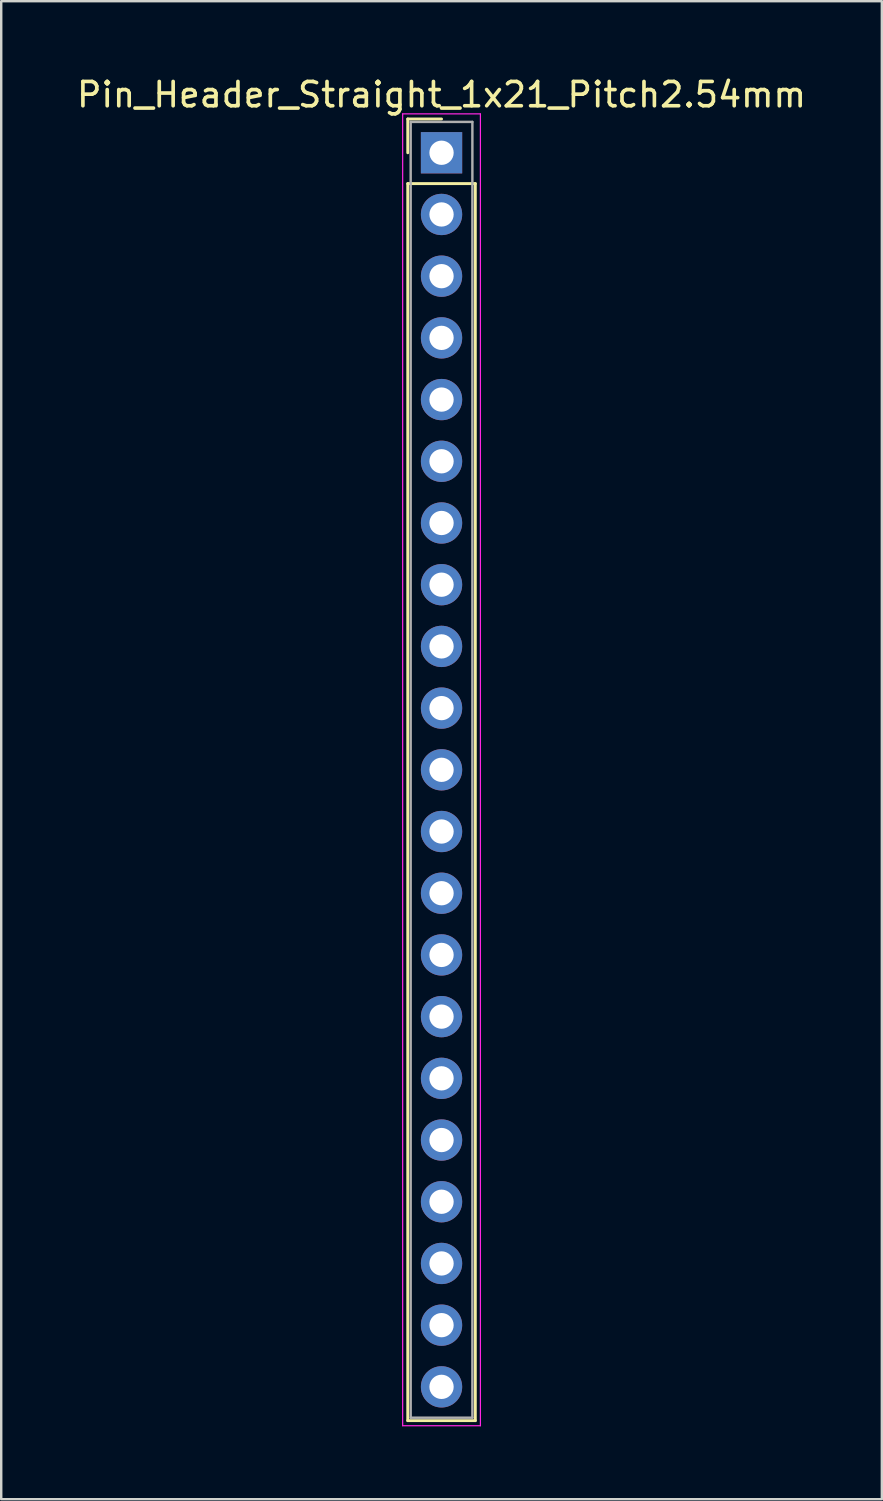
<source format=kicad_pcb>
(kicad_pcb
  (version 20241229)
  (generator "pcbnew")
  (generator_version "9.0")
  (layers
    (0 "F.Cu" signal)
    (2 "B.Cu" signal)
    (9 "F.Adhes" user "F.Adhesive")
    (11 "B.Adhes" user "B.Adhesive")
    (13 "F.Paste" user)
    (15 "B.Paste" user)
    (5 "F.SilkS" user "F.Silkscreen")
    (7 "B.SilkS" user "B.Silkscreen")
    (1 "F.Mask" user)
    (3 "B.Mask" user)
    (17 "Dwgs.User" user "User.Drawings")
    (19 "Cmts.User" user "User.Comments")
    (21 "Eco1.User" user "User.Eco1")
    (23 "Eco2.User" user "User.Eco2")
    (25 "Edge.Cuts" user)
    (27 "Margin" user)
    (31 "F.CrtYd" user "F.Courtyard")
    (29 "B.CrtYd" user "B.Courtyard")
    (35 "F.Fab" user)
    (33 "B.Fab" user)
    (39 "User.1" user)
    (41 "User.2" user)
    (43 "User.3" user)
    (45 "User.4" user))
  (footprint "Pin_Header_Straight_1x21_Pitch2.54mm"
    (layer "F.Cu")
    (at 15.125 3.238)
    (property "Reference" "Pin_Header_Straight_1x21_Pitch2.54mm" (at 0 -2.39 0) (layer "F.SilkS") (effects (font (size 1 1) (thickness 0.15))))
    (attr through_hole)
    (fp_line (start -1.39 -1.39) (end 0 -1.39) (stroke (width 0.12) (type solid)) (layer "F.SilkS"))
    (fp_line (start -1.39 0) (end -1.39 -1.39) (stroke (width 0.12) (type solid)) (layer "F.SilkS"))
    (fp_line (start -1.39 1.27) (end -1.39 52.19) (stroke (width 0.12) (type solid)) (layer "F.SilkS"))
    (fp_line (start -1.39 52.19) (end 1.39 52.19) (stroke (width 0.12) (type solid)) (layer "F.SilkS"))
    (fp_line (start 1.39 1.27) (end -1.39 1.27) (stroke (width 0.12) (type solid)) (layer "F.SilkS"))
    (fp_line (start 1.39 52.19) (end 1.39 1.27) (stroke (width 0.12) (type solid)) (layer "F.SilkS"))
    (fp_line (start -1.6 -1.6) (end -1.6 52.4) (stroke (width 0.05) (type solid)) (layer "F.CrtYd"))
    (fp_line (start -1.6 52.4) (end 1.6 52.4) (stroke (width 0.05) (type solid)) (layer "F.CrtYd"))
    (fp_line (start 1.6 -1.6) (end -1.6 -1.6) (stroke (width 0.05) (type solid)) (layer "F.CrtYd"))
    (fp_line (start 1.6 52.4) (end 1.6 -1.6) (stroke (width 0.05) (type solid)) (layer "F.CrtYd"))
    (fp_line (start -1.27 -1.27) (end -1.27 52.07) (stroke (width 0.1) (type solid)) (layer "F.Fab"))
    (fp_line (start -1.27 52.07) (end 1.27 52.07) (stroke (width 0.1) (type solid)) (layer "F.Fab"))
    (fp_line (start 1.27 -1.27) (end -1.27 -1.27) (stroke (width 0.1) (type solid)) (layer "F.Fab"))
    (fp_line (start 1.27 52.07) (end 1.27 -1.27) (stroke (width 0.1) (type solid)) (layer "F.Fab"))
    (pad "1" thru_hole rect (at 0 0) (size 1.7 1.7) (drill 1) (layers "*.Cu" "*.Mask"))
    (pad "2" thru_hole oval (at 0 2.54) (size 1.7 1.7) (drill 1) (layers "*.Cu" "*.Mask"))
    (pad "3" thru_hole oval (at 0 5.08) (size 1.7 1.7) (drill 1) (layers "*.Cu" "*.Mask"))
    (pad "4" thru_hole oval (at 0 7.62) (size 1.7 1.7) (drill 1) (layers "*.Cu" "*.Mask"))
    (pad "5" thru_hole oval (at 0 10.16) (size 1.7 1.7) (drill 1) (layers "*.Cu" "*.Mask"))
    (pad "6" thru_hole oval (at 0 12.7) (size 1.7 1.7) (drill 1) (layers "*.Cu" "*.Mask"))
    (pad "7" thru_hole oval (at 0 15.24) (size 1.7 1.7) (drill 1) (layers "*.Cu" "*.Mask"))
    (pad "8" thru_hole oval (at 0 17.78) (size 1.7 1.7) (drill 1) (layers "*.Cu" "*.Mask"))
    (pad "9" thru_hole oval (at 0 20.32) (size 1.7 1.7) (drill 1) (layers "*.Cu" "*.Mask"))
    (pad "10" thru_hole oval (at 0 22.86) (size 1.7 1.7) (drill 1) (layers "*.Cu" "*.Mask"))
    (pad "11" thru_hole oval (at 0 25.4) (size 1.7 1.7) (drill 1) (layers "*.Cu" "*.Mask"))
    (pad "12" thru_hole oval (at 0 27.94) (size 1.7 1.7) (drill 1) (layers "*.Cu" "*.Mask"))
    (pad "13" thru_hole oval (at 0 30.48) (size 1.7 1.7) (drill 1) (layers "*.Cu" "*.Mask"))
    (pad "14" thru_hole oval (at 0 33.02) (size 1.7 1.7) (drill 1) (layers "*.Cu" "*.Mask"))
    (pad "15" thru_hole oval (at 0 35.56) (size 1.7 1.7) (drill 1) (layers "*.Cu" "*.Mask"))
    (pad "16" thru_hole oval (at 0 38.1) (size 1.7 1.7) (drill 1) (layers "*.Cu" "*.Mask"))
    (pad "17" thru_hole oval (at 0 40.64) (size 1.7 1.7) (drill 1) (layers "*.Cu" "*.Mask"))
    (pad "18" thru_hole oval (at 0 43.18) (size 1.7 1.7) (drill 1) (layers "*.Cu" "*.Mask"))
    (pad "19" thru_hole oval (at 0 45.72) (size 1.7 1.7) (drill 1) (layers "*.Cu" "*.Mask"))
    (pad "20" thru_hole oval (at 0 48.26) (size 1.7 1.7) (drill 1) (layers "*.Cu" "*.Mask"))
    (pad "21" thru_hole oval (at 0 50.8) (size 1.7 1.7) (drill 1) (layers "*.Cu" "*.Mask")))
  (gr_rect
    (start -3 -3)
    (end 33.25 58.663)
    (stroke (width 0.1) (type default))
    (fill no)
    (layer "Edge.Cuts")))
</source>
